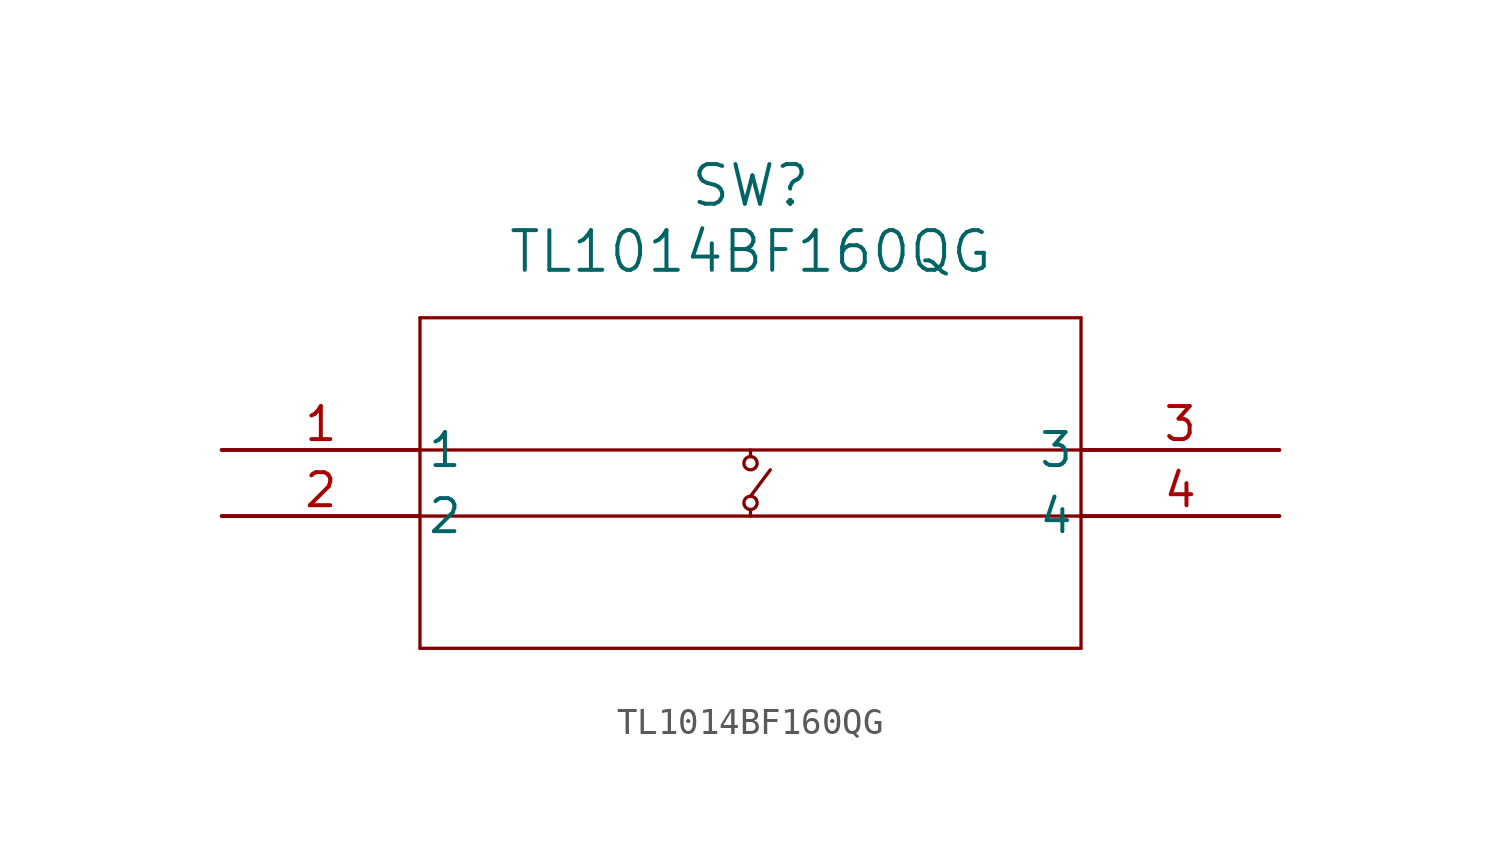
<source format=kicad_sym>
(kicad_symbol_lib
  (version 20211014)
  (generator kicad_symbol_editor)
  (symbol "TL1014BF160QG"
    (pin_names
      (offset 0.254))
    (property "Reference" "SW"
      (at 20.32 10.16 0)
      (effects (font (size 1.524 1.524))))
    (property "Value" "TL1014BF160QG"
      (at 20.32 7.62 0)
      (effects (font (size 1.524 1.524))))
    (symbol "TL1014BF160QG_0_1"
      (polyline (pts (xy 7.62 5.08) (xy 7.62 -7.62)) (stroke (width 0.127) (type default) (color 0 0 0 0)) (fill (type none)))
      (polyline (pts (xy 7.62 -7.62) (xy 33.02 -7.62)) (stroke (width 0.127) (type default) (color 0 0 0 0)) (fill (type none)))
      (polyline (pts (xy 33.02 -7.62) (xy 33.02 5.08)) (stroke (width 0.127) (type default) (color 0 0 0 0)) (fill (type none)))
      (polyline (pts (xy 33.02 5.08) (xy 7.62 5.08)) (stroke (width 0.127) (type default) (color 0 0 0 0)) (fill (type none)))
      (polyline (pts (xy 7.62 0) (xy 33.02 0)) (stroke (width 0.127) (type default) (color 0 0 0 0)) (fill (type none)))
      (polyline (pts (xy 7.62 -2.54) (xy 33.02 -2.54)) (stroke (width 0.127) (type default) (color 0 0 0 0)) (fill (type none)))
      (circle (center 20.32 -0.508) (radius 0.254) (stroke (width 0.127) (type default) (color 0 0 0 0)) (fill (type none)))
      (polyline (pts (xy 20.32 0) (xy 20.32 -0.254)) (stroke (width 0.127) (type default) (color 0 0 0 0)) (fill (type none)))
      (polyline (pts (xy 20.32 -2.286) (xy 20.32 -2.54)) (stroke (width 0.127) (type default) (color 0 0 0 0)) (fill (type none)))
      (circle (center 20.32 -2.032) (radius 0.254) (stroke (width 0.127) (type default) (color 0 0 0 0)) (fill (type none)))
      (polyline (pts (xy 20.32 -1.778) (xy 21.082 -0.762)) (stroke (width 0.127) (type default) (color 0 0 0 0)) (fill (type none)))
      (pin unspecified line (at 0 0 0) (length 7.62) (name "1" (effects (font (size 1.27 1.27)))) (number "1" (effects (font (size 1.27 1.27)))))
      (pin unspecified line (at 0 -2.54 0) (length 7.62) (name "2" (effects (font (size 1.27 1.27)))) (number "2" (effects (font (size 1.27 1.27)))))
      (pin unspecified line (at 40.64 0 180) (length 7.62) (name "3" (effects (font (size 1.27 1.27)))) (number "3" (effects (font (size 1.27 1.27)))))
      (pin unspecified line (at 40.64 -2.54 180) (length 7.62) (name "4" (effects (font (size 1.27 1.27)))) (number "4" (effects (font (size 1.27 1.27))))))))
</source>
